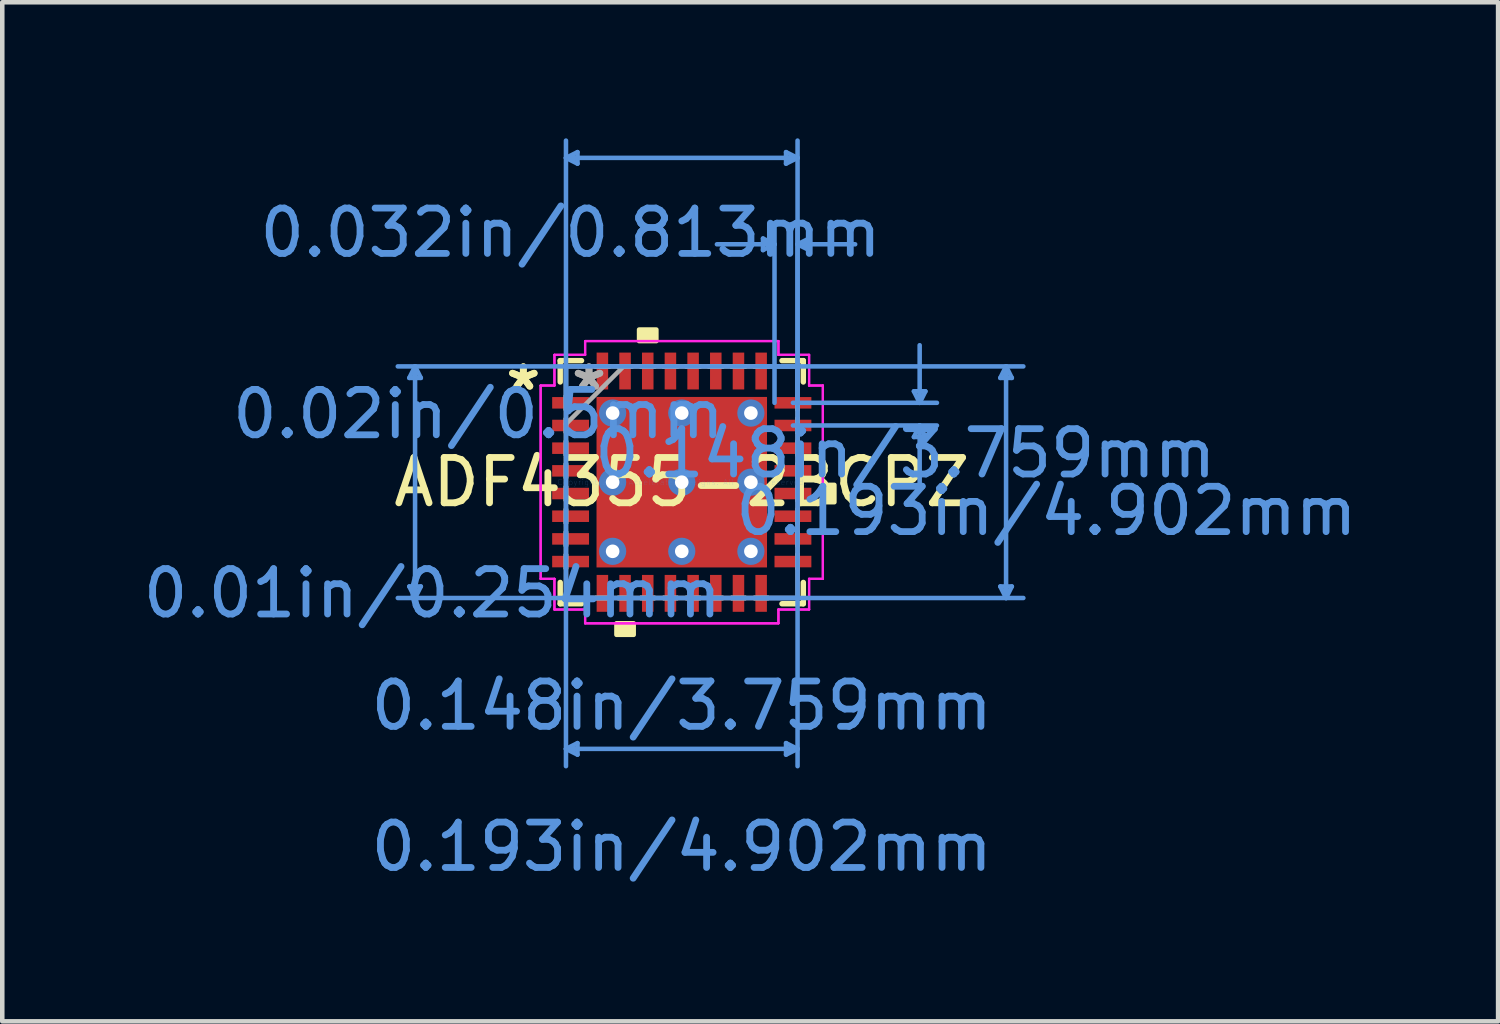
<source format=kicad_pcb>
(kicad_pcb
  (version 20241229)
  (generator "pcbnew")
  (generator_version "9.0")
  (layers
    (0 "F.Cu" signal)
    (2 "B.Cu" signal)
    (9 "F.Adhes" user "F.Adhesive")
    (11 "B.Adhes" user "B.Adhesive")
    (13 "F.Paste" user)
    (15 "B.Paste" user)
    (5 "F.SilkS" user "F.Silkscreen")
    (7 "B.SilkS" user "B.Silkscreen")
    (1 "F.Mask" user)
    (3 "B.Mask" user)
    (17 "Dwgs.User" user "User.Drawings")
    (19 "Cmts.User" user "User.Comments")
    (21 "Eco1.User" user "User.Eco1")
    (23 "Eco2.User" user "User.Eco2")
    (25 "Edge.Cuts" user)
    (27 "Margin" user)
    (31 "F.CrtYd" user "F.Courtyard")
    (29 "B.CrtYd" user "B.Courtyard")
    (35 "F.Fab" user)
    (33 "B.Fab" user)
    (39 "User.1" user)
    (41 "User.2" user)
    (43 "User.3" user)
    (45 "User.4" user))
  (footprint "ADF4355-2BCPZ"
    (layer "F.Cu")
    (at 11.981 7.581)
    (property "Reference" "ADF4355-2BCPZ" (at 0 0 0) (layer "F.SilkS") (effects (font (size 1 1) (thickness 0.15))))
    (attr through_hole)
    (fp_line (start -2.68 -2.68) (end -2.68 -2.21) (stroke (width 0.12) (type solid)) (layer "F.SilkS"))
    (fp_line (start -2.68 2.21) (end -2.68 2.68) (stroke (width 0.12) (type solid)) (layer "F.SilkS"))
    (fp_line (start -2.68 2.68) (end -2.21 2.68) (stroke (width 0.12) (type solid)) (layer "F.SilkS"))
    (fp_line (start -2.21 -2.68) (end -2.68 -2.68) (stroke (width 0.12) (type solid)) (layer "F.SilkS"))
    (fp_line (start 2.21 2.68) (end 2.68 2.68) (stroke (width 0.12) (type solid)) (layer "F.SilkS"))
    (fp_line (start 2.68 -2.68) (end 2.21 -2.68) (stroke (width 0.12) (type solid)) (layer "F.SilkS"))
    (fp_line (start 2.68 -2.21) (end 2.68 -2.68) (stroke (width 0.12) (type solid)) (layer "F.SilkS"))
    (fp_line (start 2.68 2.68) (end 2.68 2.21) (stroke (width 0.12) (type solid)) (layer "F.SilkS"))
    (fp_poly (pts (xy -1.44 3.111) (xy -1.44 3.365) (xy -1.06 3.365) (xy -1.06 3.111)) (stroke (width 0.1) (type solid)) (fill yes) (layer "F.SilkS"))
    (fp_poly (pts (xy -0.941 -3.111) (xy -0.941 -3.365) (xy -0.56 -3.365) (xy -0.56 -3.111)) (stroke (width 0.1) (type solid)) (fill yes) (layer "F.SilkS"))
    (fp_poly (pts (xy 3.365 0.059) (xy 3.365 0.441) (xy 3.111 0.441) (xy 3.111 0.059)) (stroke (width 0.1) (type solid)) (fill yes) (layer "F.SilkS"))
    (fp_poly (pts (xy -1.78 -1.78) (xy -1.78 -0.1) (xy -0.1 -0.1) (xy -0.1 -1.78)) (stroke (width 0.1) (type solid)) (fill yes) (layer "F.Paste"))
    (fp_poly (pts (xy -1.78 0.1) (xy -1.78 1.78) (xy -0.1 1.78) (xy -0.1 0.1)) (stroke (width 0.1) (type solid)) (fill yes) (layer "F.Paste"))
    (fp_poly (pts (xy 0.1 -1.78) (xy 0.1 -0.1) (xy 1.78 -0.1) (xy 1.78 -1.78)) (stroke (width 0.1) (type solid)) (fill yes) (layer "F.Paste"))
    (fp_poly (pts (xy 0.1 0.1) (xy 0.1 1.78) (xy 1.78 1.78) (xy 1.78 0.1)) (stroke (width 0.1) (type solid)) (fill yes) (layer "F.Paste"))
    (fp_line (start -6.007 -2.299) (end -5.753 -2.299) (stroke (width 0.1) (type solid)) (layer "Cmts.User"))
    (fp_line (start -6.007 2.299) (end -5.753 2.299) (stroke (width 0.1) (type solid)) (layer "Cmts.User"))
    (fp_line (start -5.88 -2.553) (end -6.007 -2.299) (stroke (width 0.1) (type solid)) (layer "Cmts.User"))
    (fp_line (start -5.88 -2.553) (end -5.88 2.553) (stroke (width 0.1) (type solid)) (layer "Cmts.User"))
    (fp_line (start -5.88 -2.553) (end -5.753 -2.299) (stroke (width 0.1) (type solid)) (layer "Cmts.User"))
    (fp_line (start -5.88 2.553) (end -6.007 2.299) (stroke (width 0.1) (type solid)) (layer "Cmts.User"))
    (fp_line (start -5.88 2.553) (end -5.753 2.299) (stroke (width 0.1) (type solid)) (layer "Cmts.User"))
    (fp_line (start -2.553 -7.15) (end -2.299 -7.277) (stroke (width 0.1) (type solid)) (layer "Cmts.User"))
    (fp_line (start -2.553 -7.15) (end -2.299 -7.023) (stroke (width 0.1) (type solid)) (layer "Cmts.User"))
    (fp_line (start -2.553 -7.15) (end 2.553 -7.15) (stroke (width 0.1) (type solid)) (layer "Cmts.User"))
    (fp_line (start -2.553 -2.553) (end -2.553 6.261) (stroke (width 0.1) (type solid)) (layer "Cmts.User"))
    (fp_line (start -2.553 -1.75) (end -2.553 -7.531) (stroke (width 0.1) (type solid)) (layer "Cmts.User"))
    (fp_line (start -2.553 5.88) (end -2.299 5.753) (stroke (width 0.1) (type solid)) (layer "Cmts.User"))
    (fp_line (start -2.553 5.88) (end -2.299 6.007) (stroke (width 0.1) (type solid)) (layer "Cmts.User"))
    (fp_line (start -2.553 5.88) (end 2.553 5.88) (stroke (width 0.1) (type solid)) (layer "Cmts.User"))
    (fp_line (start -2.299 -7.277) (end -2.299 -7.023) (stroke (width 0.1) (type solid)) (layer "Cmts.User"))
    (fp_line (start -2.299 5.753) (end -2.299 6.007) (stroke (width 0.1) (type solid)) (layer "Cmts.User"))
    (fp_line (start 1.75 -2.553) (end 7.531 -2.553) (stroke (width 0.1) (type solid)) (layer "Cmts.User"))
    (fp_line (start 1.75 2.553) (end 7.531 2.553) (stroke (width 0.1) (type solid)) (layer "Cmts.User"))
    (fp_line (start 1.791 -5.372) (end 1.791 -5.118) (stroke (width 0.1) (type solid)) (layer "Cmts.User"))
    (fp_line (start 2.045 -5.245) (end 0.775 -5.245) (stroke (width 0.1) (type solid)) (layer "Cmts.User"))
    (fp_line (start 2.045 -5.245) (end 1.791 -5.372) (stroke (width 0.1) (type solid)) (layer "Cmts.User"))
    (fp_line (start 2.045 -5.245) (end 1.791 -5.118) (stroke (width 0.1) (type solid)) (layer "Cmts.User"))
    (fp_line (start 2.045 -1.75) (end 2.045 -5.626) (stroke (width 0.1) (type solid)) (layer "Cmts.User"))
    (fp_line (start 2.299 -7.277) (end 2.299 -7.023) (stroke (width 0.1) (type solid)) (layer "Cmts.User"))
    (fp_line (start 2.299 5.753) (end 2.299 6.007) (stroke (width 0.1) (type solid)) (layer "Cmts.User"))
    (fp_line (start 2.451 -1.75) (end 5.626 -1.75) (stroke (width 0.1) (type solid)) (layer "Cmts.User"))
    (fp_line (start 2.451 -1.25) (end 5.626 -1.25) (stroke (width 0.1) (type solid)) (layer "Cmts.User"))
    (fp_line (start 2.553 -7.15) (end 2.299 -7.277) (stroke (width 0.1) (type solid)) (layer "Cmts.User"))
    (fp_line (start 2.553 -7.15) (end 2.299 -7.023) (stroke (width 0.1) (type solid)) (layer "Cmts.User"))
    (fp_line (start 2.553 -5.245) (end 2.807 -5.372) (stroke (width 0.1) (type solid)) (layer "Cmts.User"))
    (fp_line (start 2.553 -5.245) (end 2.807 -5.118) (stroke (width 0.1) (type solid)) (layer "Cmts.User"))
    (fp_line (start 2.553 -5.245) (end 3.823 -5.245) (stroke (width 0.1) (type solid)) (layer "Cmts.User"))
    (fp_line (start 2.553 -2.553) (end -6.261 -2.553) (stroke (width 0.1) (type solid)) (layer "Cmts.User"))
    (fp_line (start 2.553 -2.553) (end 2.553 6.261) (stroke (width 0.1) (type solid)) (layer "Cmts.User"))
    (fp_line (start 2.553 -1.75) (end 2.553 -7.531) (stroke (width 0.1) (type solid)) (layer "Cmts.User"))
    (fp_line (start 2.553 -1.75) (end 2.553 -5.626) (stroke (width 0.1) (type solid)) (layer "Cmts.User"))
    (fp_line (start 2.553 2.553) (end -6.261 2.553) (stroke (width 0.1) (type solid)) (layer "Cmts.User"))
    (fp_line (start 2.553 5.88) (end 2.299 5.753) (stroke (width 0.1) (type solid)) (layer "Cmts.User"))
    (fp_line (start 2.553 5.88) (end 2.299 6.007) (stroke (width 0.1) (type solid)) (layer "Cmts.User"))
    (fp_line (start 2.807 -5.372) (end 2.807 -5.118) (stroke (width 0.1) (type solid)) (layer "Cmts.User"))
    (fp_line (start 5.118 -2.004) (end 5.372 -2.004) (stroke (width 0.1) (type solid)) (layer "Cmts.User"))
    (fp_line (start 5.118 -0.996) (end 5.372 -0.996) (stroke (width 0.1) (type solid)) (layer "Cmts.User"))
    (fp_line (start 5.245 -1.75) (end 5.118 -2.004) (stroke (width 0.1) (type solid)) (layer "Cmts.User"))
    (fp_line (start 5.245 -1.75) (end 5.245 -3.02) (stroke (width 0.1) (type solid)) (layer "Cmts.User"))
    (fp_line (start 5.245 -1.75) (end 5.372 -2.004) (stroke (width 0.1) (type solid)) (layer "Cmts.User"))
    (fp_line (start 5.245 -1.25) (end 5.118 -0.996) (stroke (width 0.1) (type solid)) (layer "Cmts.User"))
    (fp_line (start 5.245 -1.25) (end 5.245 0.02) (stroke (width 0.1) (type solid)) (layer "Cmts.User"))
    (fp_line (start 5.245 -1.25) (end 5.372 -0.996) (stroke (width 0.1) (type solid)) (layer "Cmts.User"))
    (fp_line (start 7.023 -2.299) (end 7.277 -2.299) (stroke (width 0.1) (type solid)) (layer "Cmts.User"))
    (fp_line (start 7.023 2.299) (end 7.277 2.299) (stroke (width 0.1) (type solid)) (layer "Cmts.User"))
    (fp_line (start 7.15 -2.553) (end 7.023 -2.299) (stroke (width 0.1) (type solid)) (layer "Cmts.User"))
    (fp_line (start 7.15 -2.553) (end 7.15 2.553) (stroke (width 0.1) (type solid)) (layer "Cmts.User"))
    (fp_line (start 7.15 -2.553) (end 7.277 -2.299) (stroke (width 0.1) (type solid)) (layer "Cmts.User"))
    (fp_line (start 7.15 2.553) (end 7.023 2.299) (stroke (width 0.1) (type solid)) (layer "Cmts.User"))
    (fp_line (start 7.15 2.553) (end 7.277 2.299) (stroke (width 0.1) (type solid)) (layer "Cmts.User"))
    (fp_line (start -3.111 -2.131) (end -2.807 -2.131) (stroke (width 0.05) (type solid)) (layer "F.CrtYd"))
    (fp_line (start -3.111 -2.131) (end -2.807 -2.131) (stroke (width 0.05) (type solid)) (layer "F.CrtYd"))
    (fp_line (start -3.111 2.131) (end -3.111 -2.131) (stroke (width 0.05) (type solid)) (layer "F.CrtYd"))
    (fp_line (start -3.111 2.131) (end -3.111 -2.131) (stroke (width 0.05) (type solid)) (layer "F.CrtYd"))
    (fp_line (start -2.807 -2.807) (end -2.131 -2.807) (stroke (width 0.05) (type solid)) (layer "F.CrtYd"))
    (fp_line (start -2.807 -2.807) (end -2.131 -2.807) (stroke (width 0.05) (type solid)) (layer "F.CrtYd"))
    (fp_line (start -2.807 -2.131) (end -2.807 -2.807) (stroke (width 0.05) (type solid)) (layer "F.CrtYd"))
    (fp_line (start -2.807 -2.131) (end -2.807 -2.807) (stroke (width 0.05) (type solid)) (layer "F.CrtYd"))
    (fp_line (start -2.807 2.131) (end -3.111 2.131) (stroke (width 0.05) (type solid)) (layer "F.CrtYd"))
    (fp_line (start -2.807 2.131) (end -3.111 2.131) (stroke (width 0.05) (type solid)) (layer "F.CrtYd"))
    (fp_line (start -2.807 2.807) (end -2.807 2.131) (stroke (width 0.05) (type solid)) (layer "F.CrtYd"))
    (fp_line (start -2.807 2.807) (end -2.807 2.131) (stroke (width 0.05) (type solid)) (layer "F.CrtYd"))
    (fp_line (start -2.131 -3.111) (end 2.131 -3.111) (stroke (width 0.05) (type solid)) (layer "F.CrtYd"))
    (fp_line (start -2.131 -3.111) (end 2.131 -3.111) (stroke (width 0.05) (type solid)) (layer "F.CrtYd"))
    (fp_line (start -2.131 -2.807) (end -2.131 -3.111) (stroke (width 0.05) (type solid)) (layer "F.CrtYd"))
    (fp_line (start -2.131 -2.807) (end -2.131 -3.111) (stroke (width 0.05) (type solid)) (layer "F.CrtYd"))
    (fp_line (start -2.131 2.807) (end -2.807 2.807) (stroke (width 0.05) (type solid)) (layer "F.CrtYd"))
    (fp_line (start -2.131 2.807) (end -2.807 2.807) (stroke (width 0.05) (type solid)) (layer "F.CrtYd"))
    (fp_line (start -2.131 3.111) (end -2.131 2.807) (stroke (width 0.05) (type solid)) (layer "F.CrtYd"))
    (fp_line (start -2.131 3.111) (end -2.131 2.807) (stroke (width 0.05) (type solid)) (layer "F.CrtYd"))
    (fp_line (start 2.131 -3.111) (end 2.131 -2.807) (stroke (width 0.05) (type solid)) (layer "F.CrtYd"))
    (fp_line (start 2.131 -3.111) (end 2.131 -2.807) (stroke (width 0.05) (type solid)) (layer "F.CrtYd"))
    (fp_line (start 2.131 -2.807) (end 2.807 -2.807) (stroke (width 0.05) (type solid)) (layer "F.CrtYd"))
    (fp_line (start 2.131 -2.807) (end 2.807 -2.807) (stroke (width 0.05) (type solid)) (layer "F.CrtYd"))
    (fp_line (start 2.131 2.807) (end 2.131 3.111) (stroke (width 0.05) (type solid)) (layer "F.CrtYd"))
    (fp_line (start 2.131 2.807) (end 2.131 3.111) (stroke (width 0.05) (type solid)) (layer "F.CrtYd"))
    (fp_line (start 2.131 3.111) (end -2.131 3.111) (stroke (width 0.05) (type solid)) (layer "F.CrtYd"))
    (fp_line (start 2.131 3.111) (end -2.131 3.111) (stroke (width 0.05) (type solid)) (layer "F.CrtYd"))
    (fp_line (start 2.807 -2.807) (end 2.807 -2.131) (stroke (width 0.05) (type solid)) (layer "F.CrtYd"))
    (fp_line (start 2.807 -2.807) (end 2.807 -2.131) (stroke (width 0.05) (type solid)) (layer "F.CrtYd"))
    (fp_line (start 2.807 -2.131) (end 3.111 -2.131) (stroke (width 0.05) (type solid)) (layer "F.CrtYd"))
    (fp_line (start 2.807 -2.131) (end 3.111 -2.131) (stroke (width 0.05) (type solid)) (layer "F.CrtYd"))
    (fp_line (start 2.807 2.131) (end 2.807 2.807) (stroke (width 0.05) (type solid)) (layer "F.CrtYd"))
    (fp_line (start 2.807 2.131) (end 2.807 2.807) (stroke (width 0.05) (type solid)) (layer "F.CrtYd"))
    (fp_line (start 2.807 2.807) (end 2.131 2.807) (stroke (width 0.05) (type solid)) (layer "F.CrtYd"))
    (fp_line (start 2.807 2.807) (end 2.131 2.807) (stroke (width 0.05) (type solid)) (layer "F.CrtYd"))
    (fp_line (start 3.111 -2.131) (end 3.111 2.131) (stroke (width 0.05) (type solid)) (layer "F.CrtYd"))
    (fp_line (start 3.111 -2.131) (end 3.111 2.131) (stroke (width 0.05) (type solid)) (layer "F.CrtYd"))
    (fp_line (start 3.111 2.131) (end 2.807 2.131) (stroke (width 0.05) (type solid)) (layer "F.CrtYd"))
    (fp_line (start 3.111 2.131) (end 2.807 2.131) (stroke (width 0.05) (type solid)) (layer "F.CrtYd"))
    (fp_line (start -2.553 -2.553) (end -2.553 -2.553) (stroke (width 0.1) (type solid)) (layer "F.Fab"))
    (fp_line (start -2.553 -2.553) (end -2.553 2.553) (stroke (width 0.1) (type solid)) (layer "F.Fab"))
    (fp_line (start -2.553 -1.902) (end -2.553 -1.902) (stroke (width 0.1) (type solid)) (layer "F.Fab"))
    (fp_line (start -2.553 -1.902) (end -2.553 -1.598) (stroke (width 0.1) (type solid)) (layer "F.Fab"))
    (fp_line (start -2.553 -1.598) (end -2.553 -1.902) (stroke (width 0.1) (type solid)) (layer "F.Fab"))
    (fp_line (start -2.553 -1.598) (end -2.553 -1.598) (stroke (width 0.1) (type solid)) (layer "F.Fab"))
    (fp_line (start -2.553 -1.402) (end -2.553 -1.402) (stroke (width 0.1) (type solid)) (layer "F.Fab"))
    (fp_line (start -2.553 -1.402) (end -2.553 -1.098) (stroke (width 0.1) (type solid)) (layer "F.Fab"))
    (fp_line (start -2.553 -1.283) (end -1.283 -2.553) (stroke (width 0.1) (type solid)) (layer "F.Fab"))
    (fp_line (start -2.553 -1.098) (end -2.553 -1.402) (stroke (width 0.1) (type solid)) (layer "F.Fab"))
    (fp_line (start -2.553 -1.098) (end -2.553 -1.098) (stroke (width 0.1) (type solid)) (layer "F.Fab"))
    (fp_line (start -2.553 -0.902) (end -2.553 -0.902) (stroke (width 0.1) (type solid)) (layer "F.Fab"))
    (fp_line (start -2.553 -0.902) (end -2.553 -0.598) (stroke (width 0.1) (type solid)) (layer "F.Fab"))
    (fp_line (start -2.553 -0.598) (end -2.553 -0.902) (stroke (width 0.1) (type solid)) (layer "F.Fab"))
    (fp_line (start -2.553 -0.598) (end -2.553 -0.598) (stroke (width 0.1) (type solid)) (layer "F.Fab"))
    (fp_line (start -2.553 -0.402) (end -2.553 -0.402) (stroke (width 0.1) (type solid)) (layer "F.Fab"))
    (fp_line (start -2.553 -0.402) (end -2.553 -0.098) (stroke (width 0.1) (type solid)) (layer "F.Fab"))
    (fp_line (start -2.553 -0.098) (end -2.553 -0.402) (stroke (width 0.1) (type solid)) (layer "F.Fab"))
    (fp_line (start -2.553 -0.098) (end -2.553 -0.098) (stroke (width 0.1) (type solid)) (layer "F.Fab"))
    (fp_line (start -2.553 0.098) (end -2.553 0.098) (stroke (width 0.1) (type solid)) (layer "F.Fab"))
    (fp_line (start -2.553 0.098) (end -2.553 0.402) (stroke (width 0.1) (type solid)) (layer "F.Fab"))
    (fp_line (start -2.553 0.402) (end -2.553 0.098) (stroke (width 0.1) (type solid)) (layer "F.Fab"))
    (fp_line (start -2.553 0.402) (end -2.553 0.402) (stroke (width 0.1) (type solid)) (layer "F.Fab"))
    (fp_line (start -2.553 0.598) (end -2.553 0.598) (stroke (width 0.1) (type solid)) (layer "F.Fab"))
    (fp_line (start -2.553 0.598) (end -2.553 0.902) (stroke (width 0.1) (type solid)) (layer "F.Fab"))
    (fp_line (start -2.553 0.902) (end -2.553 0.598) (stroke (width 0.1) (type solid)) (layer "F.Fab"))
    (fp_line (start -2.553 0.902) (end -2.553 0.902) (stroke (width 0.1) (type solid)) (layer "F.Fab"))
    (fp_line (start -2.553 1.098) (end -2.553 1.098) (stroke (width 0.1) (type solid)) (layer "F.Fab"))
    (fp_line (start -2.553 1.098) (end -2.553 1.402) (stroke (width 0.1) (type solid)) (layer "F.Fab"))
    (fp_line (start -2.553 1.402) (end -2.553 1.098) (stroke (width 0.1) (type solid)) (layer "F.Fab"))
    (fp_line (start -2.553 1.402) (end -2.553 1.402) (stroke (width 0.1) (type solid)) (layer "F.Fab"))
    (fp_line (start -2.553 1.598) (end -2.553 1.598) (stroke (width 0.1) (type solid)) (layer "F.Fab"))
    (fp_line (start -2.553 1.598) (end -2.553 1.902) (stroke (width 0.1) (type solid)) (layer "F.Fab"))
    (fp_line (start -2.553 1.902) (end -2.553 1.598) (stroke (width 0.1) (type solid)) (layer "F.Fab"))
    (fp_line (start -2.553 1.902) (end -2.553 1.902) (stroke (width 0.1) (type solid)) (layer "F.Fab"))
    (fp_line (start -2.553 2.553) (end -2.553 2.553) (stroke (width 0.1) (type solid)) (layer "F.Fab"))
    (fp_line (start -2.553 2.553) (end 2.553 2.553) (stroke (width 0.1) (type solid)) (layer "F.Fab"))
    (fp_line (start -1.902 -2.553) (end -1.902 -2.553) (stroke (width 0.1) (type solid)) (layer "F.Fab"))
    (fp_line (start -1.902 -2.553) (end -1.598 -2.553) (stroke (width 0.1) (type solid)) (layer "F.Fab"))
    (fp_line (start -1.902 2.553) (end -1.902 2.553) (stroke (width 0.1) (type solid)) (layer "F.Fab"))
    (fp_line (start -1.902 2.553) (end -1.598 2.553) (stroke (width 0.1) (type solid)) (layer "F.Fab"))
    (fp_line (start -1.598 -2.553) (end -1.902 -2.553) (stroke (width 0.1) (type solid)) (layer "F.Fab"))
    (fp_line (start -1.598 -2.553) (end -1.598 -2.553) (stroke (width 0.1) (type solid)) (layer "F.Fab"))
    (fp_line (start -1.598 2.553) (end -1.902 2.553) (stroke (width 0.1) (type solid)) (layer "F.Fab"))
    (fp_line (start -1.598 2.553) (end -1.598 2.553) (stroke (width 0.1) (type solid)) (layer "F.Fab"))
    (fp_line (start -1.402 -2.553) (end -1.402 -2.553) (stroke (width 0.1) (type solid)) (layer "F.Fab"))
    (fp_line (start -1.402 -2.553) (end -1.098 -2.553) (stroke (width 0.1) (type solid)) (layer "F.Fab"))
    (fp_line (start -1.402 2.553) (end -1.402 2.553) (stroke (width 0.1) (type solid)) (layer "F.Fab"))
    (fp_line (start -1.402 2.553) (end -1.098 2.553) (stroke (width 0.1) (type solid)) (layer "F.Fab"))
    (fp_line (start -1.098 -2.553) (end -1.402 -2.553) (stroke (width 0.1) (type solid)) (layer "F.Fab"))
    (fp_line (start -1.098 -2.553) (end -1.098 -2.553) (stroke (width 0.1) (type solid)) (layer "F.Fab"))
    (fp_line (start -1.098 2.553) (end -1.402 2.553) (stroke (width 0.1) (type solid)) (layer "F.Fab"))
    (fp_line (start -1.098 2.553) (end -1.098 2.553) (stroke (width 0.1) (type solid)) (layer "F.Fab"))
    (fp_line (start -0.902 -2.553) (end -0.902 -2.553) (stroke (width 0.1) (type solid)) (layer "F.Fab"))
    (fp_line (start -0.902 -2.553) (end -0.598 -2.553) (stroke (width 0.1) (type solid)) (layer "F.Fab"))
    (fp_line (start -0.902 2.553) (end -0.902 2.553) (stroke (width 0.1) (type solid)) (layer "F.Fab"))
    (fp_line (start -0.902 2.553) (end -0.598 2.553) (stroke (width 0.1) (type solid)) (layer "F.Fab"))
    (fp_line (start -0.598 -2.553) (end -0.902 -2.553) (stroke (width 0.1) (type solid)) (layer "F.Fab"))
    (fp_line (start -0.598 -2.553) (end -0.598 -2.553) (stroke (width 0.1) (type solid)) (layer "F.Fab"))
    (fp_line (start -0.598 2.553) (end -0.902 2.553) (stroke (width 0.1) (type solid)) (layer "F.Fab"))
    (fp_line (start -0.598 2.553) (end -0.598 2.553) (stroke (width 0.1) (type solid)) (layer "F.Fab"))
    (fp_line (start -0.402 -2.553) (end -0.402 -2.553) (stroke (width 0.1) (type solid)) (layer "F.Fab"))
    (fp_line (start -0.402 -2.553) (end -0.098 -2.553) (stroke (width 0.1) (type solid)) (layer "F.Fab"))
    (fp_line (start -0.402 2.553) (end -0.402 2.553) (stroke (width 0.1) (type solid)) (layer "F.Fab"))
    (fp_line (start -0.402 2.553) (end -0.098 2.553) (stroke (width 0.1) (type solid)) (layer "F.Fab"))
    (fp_line (start -0.098 -2.553) (end -0.402 -2.553) (stroke (width 0.1) (type solid)) (layer "F.Fab"))
    (fp_line (start -0.098 -2.553) (end -0.098 -2.553) (stroke (width 0.1) (type solid)) (layer "F.Fab"))
    (fp_line (start -0.098 2.553) (end -0.402 2.553) (stroke (width 0.1) (type solid)) (layer "F.Fab"))
    (fp_line (start -0.098 2.553) (end -0.098 2.553) (stroke (width 0.1) (type solid)) (layer "F.Fab"))
    (fp_line (start 0.098 -2.553) (end 0.098 -2.553) (stroke (width 0.1) (type solid)) (layer "F.Fab"))
    (fp_line (start 0.098 -2.553) (end 0.402 -2.553) (stroke (width 0.1) (type solid)) (layer "F.Fab"))
    (fp_line (start 0.098 2.553) (end 0.098 2.553) (stroke (width 0.1) (type solid)) (layer "F.Fab"))
    (fp_line (start 0.098 2.553) (end 0.402 2.553) (stroke (width 0.1) (type solid)) (layer "F.Fab"))
    (fp_line (start 0.402 -2.553) (end 0.098 -2.553) (stroke (width 0.1) (type solid)) (layer "F.Fab"))
    (fp_line (start 0.402 -2.553) (end 0.402 -2.553) (stroke (width 0.1) (type solid)) (layer "F.Fab"))
    (fp_line (start 0.402 2.553) (end 0.098 2.553) (stroke (width 0.1) (type solid)) (layer "F.Fab"))
    (fp_line (start 0.402 2.553) (end 0.402 2.553) (stroke (width 0.1) (type solid)) (layer "F.Fab"))
    (fp_line (start 0.598 -2.553) (end 0.598 -2.553) (stroke (width 0.1) (type solid)) (layer "F.Fab"))
    (fp_line (start 0.598 -2.553) (end 0.902 -2.553) (stroke (width 0.1) (type solid)) (layer "F.Fab"))
    (fp_line (start 0.598 2.553) (end 0.598 2.553) (stroke (width 0.1) (type solid)) (layer "F.Fab"))
    (fp_line (start 0.598 2.553) (end 0.902 2.553) (stroke (width 0.1) (type solid)) (layer "F.Fab"))
    (fp_line (start 0.902 -2.553) (end 0.598 -2.553) (stroke (width 0.1) (type solid)) (layer "F.Fab"))
    (fp_line (start 0.902 -2.553) (end 0.902 -2.553) (stroke (width 0.1) (type solid)) (layer "F.Fab"))
    (fp_line (start 0.902 2.553) (end 0.598 2.553) (stroke (width 0.1) (type solid)) (layer "F.Fab"))
    (fp_line (start 0.902 2.553) (end 0.902 2.553) (stroke (width 0.1) (type solid)) (layer "F.Fab"))
    (fp_line (start 1.098 -2.553) (end 1.098 -2.553) (stroke (width 0.1) (type solid)) (layer "F.Fab"))
    (fp_line (start 1.098 -2.553) (end 1.402 -2.553) (stroke (width 0.1) (type solid)) (layer "F.Fab"))
    (fp_line (start 1.098 2.553) (end 1.098 2.553) (stroke (width 0.1) (type solid)) (layer "F.Fab"))
    (fp_line (start 1.098 2.553) (end 1.402 2.553) (stroke (width 0.1) (type solid)) (layer "F.Fab"))
    (fp_line (start 1.402 -2.553) (end 1.098 -2.553) (stroke (width 0.1) (type solid)) (layer "F.Fab"))
    (fp_line (start 1.402 -2.553) (end 1.402 -2.553) (stroke (width 0.1) (type solid)) (layer "F.Fab"))
    (fp_line (start 1.402 2.553) (end 1.098 2.553) (stroke (width 0.1) (type solid)) (layer "F.Fab"))
    (fp_line (start 1.402 2.553) (end 1.402 2.553) (stroke (width 0.1) (type solid)) (layer "F.Fab"))
    (fp_line (start 1.598 -2.553) (end 1.598 -2.553) (stroke (width 0.1) (type solid)) (layer "F.Fab"))
    (fp_line (start 1.598 -2.553) (end 1.902 -2.553) (stroke (width 0.1) (type solid)) (layer "F.Fab"))
    (fp_line (start 1.598 2.553) (end 1.598 2.553) (stroke (width 0.1) (type solid)) (layer "F.Fab"))
    (fp_line (start 1.598 2.553) (end 1.902 2.553) (stroke (width 0.1) (type solid)) (layer "F.Fab"))
    (fp_line (start 1.902 -2.553) (end 1.598 -2.553) (stroke (width 0.1) (type solid)) (layer "F.Fab"))
    (fp_line (start 1.902 -2.553) (end 1.902 -2.553) (stroke (width 0.1) (type solid)) (layer "F.Fab"))
    (fp_line (start 1.902 2.553) (end 1.598 2.553) (stroke (width 0.1) (type solid)) (layer "F.Fab"))
    (fp_line (start 1.902 2.553) (end 1.902 2.553) (stroke (width 0.1) (type solid)) (layer "F.Fab"))
    (fp_line (start 2.553 -2.553) (end -2.553 -2.553) (stroke (width 0.1) (type solid)) (layer "F.Fab"))
    (fp_line (start 2.553 -2.553) (end 2.553 -2.553) (stroke (width 0.1) (type solid)) (layer "F.Fab"))
    (fp_line (start 2.553 -1.902) (end 2.553 -1.902) (stroke (width 0.1) (type solid)) (layer "F.Fab"))
    (fp_line (start 2.553 -1.902) (end 2.553 -1.598) (stroke (width 0.1) (type solid)) (layer "F.Fab"))
    (fp_line (start 2.553 -1.598) (end 2.553 -1.902) (stroke (width 0.1) (type solid)) (layer "F.Fab"))
    (fp_line (start 2.553 -1.598) (end 2.553 -1.598) (stroke (width 0.1) (type solid)) (layer "F.Fab"))
    (fp_line (start 2.553 -1.402) (end 2.553 -1.402) (stroke (width 0.1) (type solid)) (layer "F.Fab"))
    (fp_line (start 2.553 -1.402) (end 2.553 -1.098) (stroke (width 0.1) (type solid)) (layer "F.Fab"))
    (fp_line (start 2.553 -1.098) (end 2.553 -1.402) (stroke (width 0.1) (type solid)) (layer "F.Fab"))
    (fp_line (start 2.553 -1.098) (end 2.553 -1.098) (stroke (width 0.1) (type solid)) (layer "F.Fab"))
    (fp_line (start 2.553 -0.902) (end 2.553 -0.902) (stroke (width 0.1) (type solid)) (layer "F.Fab"))
    (fp_line (start 2.553 -0.902) (end 2.553 -0.598) (stroke (width 0.1) (type solid)) (layer "F.Fab"))
    (fp_line (start 2.553 -0.598) (end 2.553 -0.902) (stroke (width 0.1) (type solid)) (layer "F.Fab"))
    (fp_line (start 2.553 -0.598) (end 2.553 -0.598) (stroke (width 0.1) (type solid)) (layer "F.Fab"))
    (fp_line (start 2.553 -0.402) (end 2.553 -0.402) (stroke (width 0.1) (type solid)) (layer "F.Fab"))
    (fp_line (start 2.553 -0.402) (end 2.553 -0.098) (stroke (width 0.1) (type solid)) (layer "F.Fab"))
    (fp_line (start 2.553 -0.098) (end 2.553 -0.402) (stroke (width 0.1) (type solid)) (layer "F.Fab"))
    (fp_line (start 2.553 -0.098) (end 2.553 -0.098) (stroke (width 0.1) (type solid)) (layer "F.Fab"))
    (fp_line (start 2.553 0.098) (end 2.553 0.098) (stroke (width 0.1) (type solid)) (layer "F.Fab"))
    (fp_line (start 2.553 0.098) (end 2.553 0.402) (stroke (width 0.1) (type solid)) (layer "F.Fab"))
    (fp_line (start 2.553 0.402) (end 2.553 0.098) (stroke (width 0.1) (type solid)) (layer "F.Fab"))
    (fp_line (start 2.553 0.402) (end 2.553 0.402) (stroke (width 0.1) (type solid)) (layer "F.Fab"))
    (fp_line (start 2.553 0.598) (end 2.553 0.598) (stroke (width 0.1) (type solid)) (layer "F.Fab"))
    (fp_line (start 2.553 0.598) (end 2.553 0.902) (stroke (width 0.1) (type solid)) (layer "F.Fab"))
    (fp_line (start 2.553 0.902) (end 2.553 0.598) (stroke (width 0.1) (type solid)) (layer "F.Fab"))
    (fp_line (start 2.553 0.902) (end 2.553 0.902) (stroke (width 0.1) (type solid)) (layer "F.Fab"))
    (fp_line (start 2.553 1.098) (end 2.553 1.098) (stroke (width 0.1) (type solid)) (layer "F.Fab"))
    (fp_line (start 2.553 1.098) (end 2.553 1.402) (stroke (width 0.1) (type solid)) (layer "F.Fab"))
    (fp_line (start 2.553 1.402) (end 2.553 1.098) (stroke (width 0.1) (type solid)) (layer "F.Fab"))
    (fp_line (start 2.553 1.402) (end 2.553 1.402) (stroke (width 0.1) (type solid)) (layer "F.Fab"))
    (fp_line (start 2.553 1.598) (end 2.553 1.598) (stroke (width 0.1) (type solid)) (layer "F.Fab"))
    (fp_line (start 2.553 1.598) (end 2.553 1.902) (stroke (width 0.1) (type solid)) (layer "F.Fab"))
    (fp_line (start 2.553 1.902) (end 2.553 1.598) (stroke (width 0.1) (type solid)) (layer "F.Fab"))
    (fp_line (start 2.553 1.902) (end 2.553 1.902) (stroke (width 0.1) (type solid)) (layer "F.Fab"))
    (fp_line (start 2.553 2.553) (end 2.553 -2.553) (stroke (width 0.1) (type solid)) (layer "F.Fab"))
    (fp_line (start 2.553 2.553) (end 2.553 2.553) (stroke (width 0.1) (type solid)) (layer "F.Fab"))
    (fp_text user "*" (at -3.493 -2 0) (layer "F.SilkS") (effects (font (size 1 1) (thickness 0.15))))
    (fp_text user "*" (at -3.493 -2 0) (layer "F.SilkS") (effects (font (size 1 1) (thickness 0.15))))
    (fp_text user "0.148in/3.759mm" (at 4.928 -0.635 0) (layer "Cmts.User") (effects (font (size 1 1) (thickness 0.15))))
    (fp_text user "0.01in/0.254mm" (at -5.499 2.451 0) (layer "Cmts.User") (effects (font (size 1 1) (thickness 0.15))))
    (fp_text user "0.193in/4.902mm" (at 0 8.039 0) (layer "Cmts.User") (effects (font (size 1 1) (thickness 0.15))))
    (fp_text user "0.032in/0.813mm" (at -2.451 -5.499 0) (layer "Cmts.User") (effects (font (size 1 1) (thickness 0.15))))
    (fp_text user "0.02in/0.5mm" (at -4.483 -1.5 0) (layer "Cmts.User") (effects (font (size 1 1) (thickness 0.15))))
    (fp_text user "0.148in/3.759mm" (at 0 4.928 0) (layer "Cmts.User") (effects (font (size 1 1) (thickness 0.15))))
    (fp_text user "0.193in/4.902mm" (at 8.039 0.635 0) (layer "Cmts.User") (effects (font (size 1 1) (thickness 0.15))))
    (fp_text user "Copyright 2021 Accelerated Designs. All rights reserved." (at 0 0 0) (layer "Cmts.User") (effects (font (size 0.127 0.127) (thickness 0.002))))
    (fp_text user "*" (at -2.045 -2 0) (layer "F.Fab") (effects (font (size 1 1) (thickness 0.15))))
    (fp_text user "*" (at -2.045 -2 0) (layer "F.Fab") (effects (font (size 1 1) (thickness 0.15))))
    (pad "1" smd rect (at -2.451 -1.75 90) (size 0.254 0.813) (layers "F.Cu" "F.Mask" "F.Paste"))
    (pad "2" smd rect (at -2.451 -1.25 90) (size 0.254 0.813) (layers "F.Cu" "F.Mask" "F.Paste"))
    (pad "3" smd rect (at -2.451 -0.75 90) (size 0.254 0.813) (layers "F.Cu" "F.Mask" "F.Paste"))
    (pad "4" smd rect (at -2.451 -0.25 90) (size 0.254 0.813) (layers "F.Cu" "F.Mask" "F.Paste"))
    (pad "5" smd rect (at -2.451 0.25 90) (size 0.254 0.813) (layers "F.Cu" "F.Mask" "F.Paste"))
    (pad "6" smd rect (at -2.451 0.75 90) (size 0.254 0.813) (layers "F.Cu" "F.Mask" "F.Paste"))
    (pad "7" smd rect (at -2.451 1.25 90) (size 0.254 0.813) (layers "F.Cu" "F.Mask" "F.Paste"))
    (pad "8" smd rect (at -2.451 1.75 90) (size 0.254 0.813) (layers "F.Cu" "F.Mask" "F.Paste"))
    (pad "9" smd rect (at -1.75 2.451) (size 0.254 0.813) (layers "F.Cu" "F.Mask" "F.Paste"))
    (pad "10" smd rect (at -1.25 2.451) (size 0.254 0.813) (layers "F.Cu" "F.Mask" "F.Paste"))
    (pad "11" smd rect (at -0.75 2.451) (size 0.254 0.813) (layers "F.Cu" "F.Mask" "F.Paste"))
    (pad "12" smd rect (at -0.25 2.451) (size 0.254 0.813) (layers "F.Cu" "F.Mask" "F.Paste"))
    (pad "13" smd rect (at 0.25 2.451) (size 0.254 0.813) (layers "F.Cu" "F.Mask" "F.Paste"))
    (pad "14" smd rect (at 0.75 2.451) (size 0.254 0.813) (layers "F.Cu" "F.Mask" "F.Paste"))
    (pad "15" smd rect (at 1.25 2.451) (size 0.254 0.813) (layers "F.Cu" "F.Mask" "F.Paste"))
    (pad "16" smd rect (at 1.75 2.451) (size 0.254 0.813) (layers "F.Cu" "F.Mask" "F.Paste"))
    (pad "17" smd rect (at 2.451 1.75 90) (size 0.254 0.813) (layers "F.Cu" "F.Mask" "F.Paste"))
    (pad "18" smd rect (at 2.451 1.25 90) (size 0.254 0.813) (layers "F.Cu" "F.Mask" "F.Paste"))
    (pad "19" smd rect (at 2.451 0.75 90) (size 0.254 0.813) (layers "F.Cu" "F.Mask" "F.Paste"))
    (pad "20" smd rect (at 2.451 0.25 90) (size 0.254 0.813) (layers "F.Cu" "F.Mask" "F.Paste"))
    (pad "21" smd rect (at 2.451 -0.25 90) (size 0.254 0.813) (layers "F.Cu" "F.Mask" "F.Paste"))
    (pad "22" smd rect (at 2.451 -0.75 90) (size 0.254 0.813) (layers "F.Cu" "F.Mask" "F.Paste"))
    (pad "23" smd rect (at 2.451 -1.25 90) (size 0.254 0.813) (layers "F.Cu" "F.Mask" "F.Paste"))
    (pad "24" smd rect (at 2.451 -1.75 90) (size 0.254 0.813) (layers "F.Cu" "F.Mask" "F.Paste"))
    (pad "25" smd rect (at 1.75 -2.451) (size 0.254 0.813) (layers "F.Cu" "F.Mask" "F.Paste"))
    (pad "26" smd rect (at 1.25 -2.451) (size 0.254 0.813) (layers "F.Cu" "F.Mask" "F.Paste"))
    (pad "27" smd rect (at 0.75 -2.451) (size 0.254 0.813) (layers "F.Cu" "F.Mask" "F.Paste"))
    (pad "28" smd rect (at 0.25 -2.451) (size 0.254 0.813) (layers "F.Cu" "F.Mask" "F.Paste"))
    (pad "29" smd rect (at -0.25 -2.451) (size 0.254 0.813) (layers "F.Cu" "F.Mask" "F.Paste"))
    (pad "30" smd rect (at -0.75 -2.451) (size 0.254 0.813) (layers "F.Cu" "F.Mask" "F.Paste"))
    (pad "31" smd rect (at -1.25 -2.451) (size 0.254 0.813) (layers "F.Cu" "F.Mask" "F.Paste"))
    (pad "32" smd rect (at -1.75 -2.451) (size 0.254 0.813) (layers "F.Cu" "F.Mask" "F.Paste"))
    (pad "33" thru_hole circle (at -1.524 -1.524) (size 0.6 0.6) (drill 0.3) (layers "*.Cu" "*.Mask"))
    (pad "33" thru_hole circle (at -1.524 0) (size 0.6 0.6) (drill 0.3) (layers "*.Cu" "*.Mask"))
    (pad "33" thru_hole circle (at -1.524 1.524) (size 0.6 0.6) (drill 0.3) (layers "*.Cu" "*.Mask"))
    (pad "33" thru_hole circle (at 0 -1.524) (size 0.6 0.6) (drill 0.3) (layers "*.Cu" "*.Mask"))
    (pad "33" thru_hole circle (at 0 0) (size 0.6 0.6) (drill 0.3) (layers "*.Cu" "*.Mask"))
    (pad "33" smd rect (at 0 0) (size 3.759 3.759) (layers "F.Cu" "F.Mask"))
    (pad "33" thru_hole circle (at 0 1.524) (size 0.6 0.6) (drill 0.3) (layers "*.Cu" "*.Mask"))
    (pad "33" thru_hole circle (at 1.524 -1.524) (size 0.6 0.6) (drill 0.3) (layers "*.Cu" "*.Mask"))
    (pad "33" thru_hole circle (at 1.524 0) (size 0.6 0.6) (drill 0.3) (layers "*.Cu" "*.Mask"))
    (pad "33" thru_hole circle (at 1.524 1.524) (size 0.6 0.6) (drill 0.3) (layers "*.Cu" "*.Mask")))
  (gr_rect
    (start -3 -3)
    (end 29.979 19.468)
    (stroke (width 0.1) (type default))
    (fill no)
    (layer "Edge.Cuts")))
</source>
